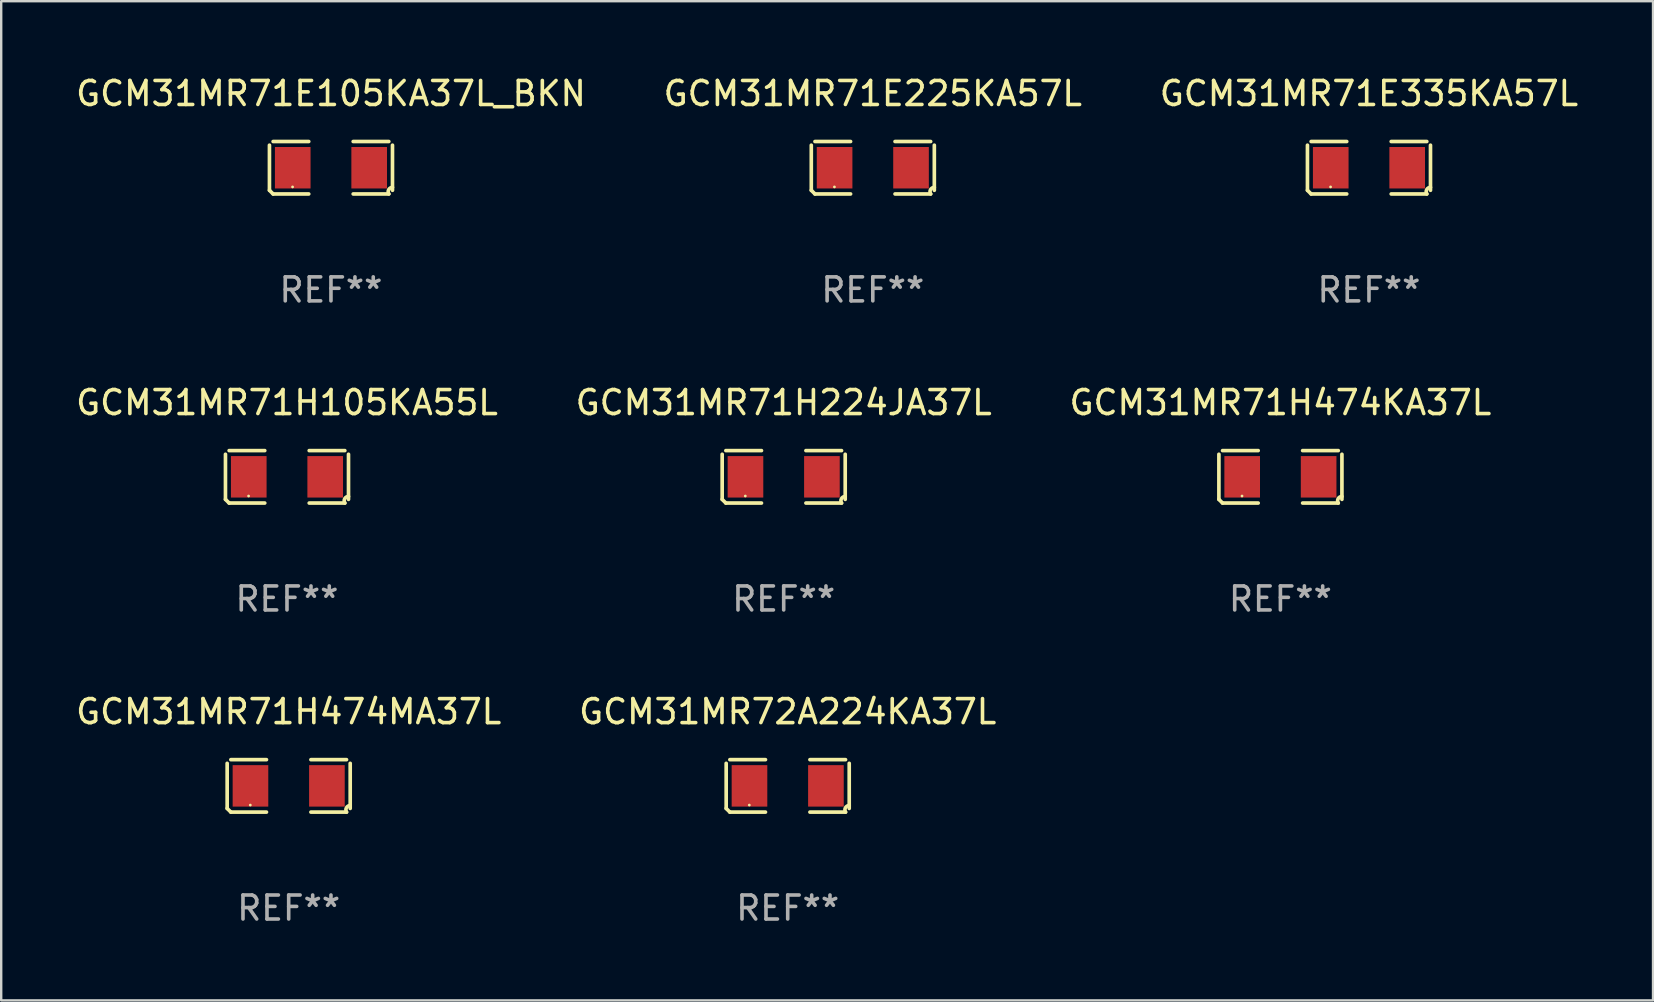
<source format=kicad_pcb>
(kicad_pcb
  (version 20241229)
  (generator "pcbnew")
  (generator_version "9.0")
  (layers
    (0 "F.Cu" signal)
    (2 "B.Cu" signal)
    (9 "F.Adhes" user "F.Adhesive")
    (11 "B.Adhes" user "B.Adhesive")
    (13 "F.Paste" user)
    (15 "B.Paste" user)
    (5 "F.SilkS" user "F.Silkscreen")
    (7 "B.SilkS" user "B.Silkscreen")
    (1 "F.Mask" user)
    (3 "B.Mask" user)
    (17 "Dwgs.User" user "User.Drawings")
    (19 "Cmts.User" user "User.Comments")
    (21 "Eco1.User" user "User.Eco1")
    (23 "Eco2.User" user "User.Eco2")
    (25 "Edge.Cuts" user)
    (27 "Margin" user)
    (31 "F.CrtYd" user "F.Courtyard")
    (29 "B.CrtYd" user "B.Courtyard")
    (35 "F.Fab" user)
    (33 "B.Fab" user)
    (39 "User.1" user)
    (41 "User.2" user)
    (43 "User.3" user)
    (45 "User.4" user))
  (footprint "GCM31MR71H474MA37L"
    (layer "F.Cu")
    (at 8.982 29.704)
    (property "Reference" "GCM31MR71H474MA37L" (at 0 -3.093 0) (layer "F.SilkS") (effects (font (size 1 1) (thickness 0.15))))
    (attr through_hole)
    (fp_line (start -2.564 0.94) (end -2.564 -0.94) (stroke (width 0.152) (type solid)) (layer "F.SilkS"))
    (fp_line (start -2.411 -1.093) (end -0.926 -1.093) (stroke (width 0.152) (type solid)) (layer "F.SilkS"))
    (fp_line (start -0.926 1.093) (end -2.411 1.093) (stroke (width 0.152) (type solid)) (layer "F.SilkS"))
    (fp_line (start 0.926 1.093) (end 2.411 1.093) (stroke (width 0.152) (type solid)) (layer "F.SilkS"))
    (fp_line (start 2.411 -1.093) (end 0.926 -1.093) (stroke (width 0.152) (type solid)) (layer "F.SilkS"))
    (fp_line (start 2.564 0.94) (end 2.564 -0.94) (stroke (width 0.152) (type solid)) (layer "F.SilkS"))
    (fp_arc (start -2.411201 1.092609) (mid -2.487413 1.01642) (end -2.563602 0.940208) (stroke (width 0.1524) (type solid)) (layer "F.SilkS"))
    (fp_arc (start 2.411201 1.092609) (mid 2.407159 0.911226) (end 2.563602 0.819347) (stroke (width 0.1524) (type solid)) (layer "F.SilkS"))
    (fp_circle (center -1.6 0.8) (end -1.57 0.8) (stroke (width 0.06) (type solid)) (fill no) (layer "F.SilkS"))
    (fp_text user "REF**" (at 0 5.093 0) (layer "F.Fab") (effects (font (size 1 1) (thickness 0.15))))
    (pad "1" smd rect (at -1.593 0) (size 1.485 1.728) (layers "F.Cu" "F.Mask" "F.Paste"))
    (pad "2" smd rect (at 1.593 0) (size 1.485 1.728) (layers "F.Cu" "F.Mask" "F.Paste")))
  (footprint "GCM31MR71H105KA55L"
    (layer "F.Cu")
    (at 8.911 16.823)
    (property "Reference" "GCM31MR71H105KA55L" (at 0 -3.093 0) (layer "F.SilkS") (effects (font (size 1 1) (thickness 0.15))))
    (attr through_hole)
    (fp_line (start -2.564 0.94) (end -2.564 -0.94) (stroke (width 0.152) (type solid)) (layer "F.SilkS"))
    (fp_line (start -2.411 -1.093) (end -0.926 -1.093) (stroke (width 0.152) (type solid)) (layer "F.SilkS"))
    (fp_line (start -0.926 1.093) (end -2.411 1.093) (stroke (width 0.152) (type solid)) (layer "F.SilkS"))
    (fp_line (start 0.926 1.093) (end 2.411 1.093) (stroke (width 0.152) (type solid)) (layer "F.SilkS"))
    (fp_line (start 2.411 -1.093) (end 0.926 -1.093) (stroke (width 0.152) (type solid)) (layer "F.SilkS"))
    (fp_line (start 2.564 0.94) (end 2.564 -0.94) (stroke (width 0.152) (type solid)) (layer "F.SilkS"))
    (fp_arc (start -2.411201 1.092609) (mid -2.487413 1.01642) (end -2.563602 0.940208) (stroke (width 0.1524) (type solid)) (layer "F.SilkS"))
    (fp_arc (start 2.411201 1.092609) (mid 2.407159 0.911226) (end 2.563602 0.819347) (stroke (width 0.1524) (type solid)) (layer "F.SilkS"))
    (fp_circle (center -1.6 0.8) (end -1.57 0.8) (stroke (width 0.06) (type solid)) (fill no) (layer "F.SilkS"))
    (fp_text user "REF**" (at 0 5.093 0) (layer "F.Fab") (effects (font (size 1 1) (thickness 0.15))))
    (pad "1" smd rect (at -1.593 0) (size 1.485 1.728) (layers "F.Cu" "F.Mask" "F.Paste"))
    (pad "2" smd rect (at 1.593 0) (size 1.485 1.728) (layers "F.Cu" "F.Mask" "F.Paste")))
  (footprint "GCM31MR71E105KA37L_BKN"
    (layer "F.Cu")
    (at 10.744 3.941)
    (property "Reference" "GCM31MR71E105KA37L_BKN" (at 0 -3.093 0) (layer "F.SilkS") (effects (font (size 1 1) (thickness 0.15))))
    (attr through_hole)
    (fp_line (start -2.564 0.94) (end -2.564 -0.94) (stroke (width 0.152) (type solid)) (layer "F.SilkS"))
    (fp_line (start -2.411 -1.093) (end -0.926 -1.093) (stroke (width 0.152) (type solid)) (layer "F.SilkS"))
    (fp_line (start -0.926 1.093) (end -2.411 1.093) (stroke (width 0.152) (type solid)) (layer "F.SilkS"))
    (fp_line (start 0.926 1.093) (end 2.411 1.093) (stroke (width 0.152) (type solid)) (layer "F.SilkS"))
    (fp_line (start 2.411 -1.093) (end 0.926 -1.093) (stroke (width 0.152) (type solid)) (layer "F.SilkS"))
    (fp_line (start 2.564 0.94) (end 2.564 -0.94) (stroke (width 0.152) (type solid)) (layer "F.SilkS"))
    (fp_arc (start -2.411201 1.092609) (mid -2.487413 1.01642) (end -2.563602 0.940208) (stroke (width 0.1524) (type solid)) (layer "F.SilkS"))
    (fp_arc (start 2.411201 1.092609) (mid 2.407159 0.911226) (end 2.563602 0.819347) (stroke (width 0.1524) (type solid)) (layer "F.SilkS"))
    (fp_circle (center -1.6 0.8) (end -1.57 0.8) (stroke (width 0.06) (type solid)) (fill no) (layer "F.SilkS"))
    (fp_text user "REF**" (at 0 5.093 0) (layer "F.Fab") (effects (font (size 1 1) (thickness 0.15))))
    (pad "1" smd rect (at -1.593 0) (size 1.485 1.728) (layers "F.Cu" "F.Mask" "F.Paste"))
    (pad "2" smd rect (at 1.593 0) (size 1.485 1.728) (layers "F.Cu" "F.Mask" "F.Paste")))
  (footprint "GCM31MR72A224KA37L"
    (layer "F.Cu")
    (at 29.78 29.704)
    (property "Reference" "GCM31MR72A224KA37L" (at 0 -3.093 0) (layer "F.SilkS") (effects (font (size 1 1) (thickness 0.15))))
    (attr through_hole)
    (fp_line (start -2.564 0.94) (end -2.564 -0.94) (stroke (width 0.152) (type solid)) (layer "F.SilkS"))
    (fp_line (start -2.411 -1.093) (end -0.926 -1.093) (stroke (width 0.152) (type solid)) (layer "F.SilkS"))
    (fp_line (start -0.926 1.093) (end -2.411 1.093) (stroke (width 0.152) (type solid)) (layer "F.SilkS"))
    (fp_line (start 0.926 1.093) (end 2.411 1.093) (stroke (width 0.152) (type solid)) (layer "F.SilkS"))
    (fp_line (start 2.411 -1.093) (end 0.926 -1.093) (stroke (width 0.152) (type solid)) (layer "F.SilkS"))
    (fp_line (start 2.564 0.94) (end 2.564 -0.94) (stroke (width 0.152) (type solid)) (layer "F.SilkS"))
    (fp_arc (start -2.411201 1.092609) (mid -2.487413 1.01642) (end -2.563602 0.940208) (stroke (width 0.1524) (type solid)) (layer "F.SilkS"))
    (fp_arc (start 2.411201 1.092609) (mid 2.407159 0.911226) (end 2.563602 0.819347) (stroke (width 0.1524) (type solid)) (layer "F.SilkS"))
    (fp_circle (center -1.6 0.8) (end -1.57 0.8) (stroke (width 0.06) (type solid)) (fill no) (layer "F.SilkS"))
    (fp_text user "REF**" (at 0 5.093 0) (layer "F.Fab") (effects (font (size 1 1) (thickness 0.15))))
    (pad "1" smd rect (at -1.593 0) (size 1.485 1.728) (layers "F.Cu" "F.Mask" "F.Paste"))
    (pad "2" smd rect (at 1.593 0) (size 1.485 1.728) (layers "F.Cu" "F.Mask" "F.Paste")))
  (footprint "GCM31MR71H224JA37L"
    (layer "F.Cu")
    (at 29.613 16.823)
    (property "Reference" "GCM31MR71H224JA37L" (at 0 -3.093 0) (layer "F.SilkS") (effects (font (size 1 1) (thickness 0.15))))
    (attr through_hole)
    (fp_line (start -2.564 0.94) (end -2.564 -0.94) (stroke (width 0.152) (type solid)) (layer "F.SilkS"))
    (fp_line (start -2.411 -1.093) (end -0.926 -1.093) (stroke (width 0.152) (type solid)) (layer "F.SilkS"))
    (fp_line (start -0.926 1.093) (end -2.411 1.093) (stroke (width 0.152) (type solid)) (layer "F.SilkS"))
    (fp_line (start 0.926 1.093) (end 2.411 1.093) (stroke (width 0.152) (type solid)) (layer "F.SilkS"))
    (fp_line (start 2.411 -1.093) (end 0.926 -1.093) (stroke (width 0.152) (type solid)) (layer "F.SilkS"))
    (fp_line (start 2.564 0.94) (end 2.564 -0.94) (stroke (width 0.152) (type solid)) (layer "F.SilkS"))
    (fp_arc (start -2.411201 1.092609) (mid -2.487413 1.01642) (end -2.563602 0.940208) (stroke (width 0.1524) (type solid)) (layer "F.SilkS"))
    (fp_arc (start 2.411201 1.092609) (mid 2.407159 0.911226) (end 2.563602 0.819347) (stroke (width 0.1524) (type solid)) (layer "F.SilkS"))
    (fp_circle (center -1.6 0.8) (end -1.57 0.8) (stroke (width 0.06) (type solid)) (fill no) (layer "F.SilkS"))
    (fp_text user "REF**" (at 0 5.093 0) (layer "F.Fab") (effects (font (size 1 1) (thickness 0.15))))
    (pad "1" smd rect (at -1.593 0) (size 1.485 1.728) (layers "F.Cu" "F.Mask" "F.Paste"))
    (pad "2" smd rect (at 1.593 0) (size 1.485 1.728) (layers "F.Cu" "F.Mask" "F.Paste")))
  (footprint "GCM31MR71E225KA57L"
    (layer "F.Cu")
    (at 33.327 3.941)
    (property "Reference" "GCM31MR71E225KA57L" (at 0 -3.093 0) (layer "F.SilkS") (effects (font (size 1 1) (thickness 0.15))))
    (attr through_hole)
    (fp_line (start -2.564 0.94) (end -2.564 -0.94) (stroke (width 0.152) (type solid)) (layer "F.SilkS"))
    (fp_line (start -2.411 -1.093) (end -0.926 -1.093) (stroke (width 0.152) (type solid)) (layer "F.SilkS"))
    (fp_line (start -0.926 1.093) (end -2.411 1.093) (stroke (width 0.152) (type solid)) (layer "F.SilkS"))
    (fp_line (start 0.926 1.093) (end 2.411 1.093) (stroke (width 0.152) (type solid)) (layer "F.SilkS"))
    (fp_line (start 2.411 -1.093) (end 0.926 -1.093) (stroke (width 0.152) (type solid)) (layer "F.SilkS"))
    (fp_line (start 2.564 0.94) (end 2.564 -0.94) (stroke (width 0.152) (type solid)) (layer "F.SilkS"))
    (fp_arc (start -2.411201 1.092609) (mid -2.487413 1.01642) (end -2.563602 0.940208) (stroke (width 0.1524) (type solid)) (layer "F.SilkS"))
    (fp_arc (start 2.411201 1.092609) (mid 2.407159 0.911226) (end 2.563602 0.819347) (stroke (width 0.1524) (type solid)) (layer "F.SilkS"))
    (fp_circle (center -1.6 0.8) (end -1.57 0.8) (stroke (width 0.06) (type solid)) (fill no) (layer "F.SilkS"))
    (fp_text user "REF**" (at 0 5.093 0) (layer "F.Fab") (effects (font (size 1 1) (thickness 0.15))))
    (pad "1" smd rect (at -1.593 0) (size 1.485 1.728) (layers "F.Cu" "F.Mask" "F.Paste"))
    (pad "2" smd rect (at 1.593 0) (size 1.485 1.728) (layers "F.Cu" "F.Mask" "F.Paste")))
  (footprint "GCM31MR71E335KA57L"
    (layer "F.Cu")
    (at 54.006 3.941)
    (property "Reference" "GCM31MR71E335KA57L" (at 0 -3.093 0) (layer "F.SilkS") (effects (font (size 1 1) (thickness 0.15))))
    (attr through_hole)
    (fp_line (start -2.564 0.94) (end -2.564 -0.94) (stroke (width 0.152) (type solid)) (layer "F.SilkS"))
    (fp_line (start -2.411 -1.093) (end -0.926 -1.093) (stroke (width 0.152) (type solid)) (layer "F.SilkS"))
    (fp_line (start -0.926 1.093) (end -2.411 1.093) (stroke (width 0.152) (type solid)) (layer "F.SilkS"))
    (fp_line (start 0.926 1.093) (end 2.411 1.093) (stroke (width 0.152) (type solid)) (layer "F.SilkS"))
    (fp_line (start 2.411 -1.093) (end 0.926 -1.093) (stroke (width 0.152) (type solid)) (layer "F.SilkS"))
    (fp_line (start 2.564 0.94) (end 2.564 -0.94) (stroke (width 0.152) (type solid)) (layer "F.SilkS"))
    (fp_arc (start -2.411201 1.092609) (mid -2.487413 1.01642) (end -2.563602 0.940208) (stroke (width 0.1524) (type solid)) (layer "F.SilkS"))
    (fp_arc (start 2.411201 1.092609) (mid 2.407159 0.911226) (end 2.563602 0.819347) (stroke (width 0.1524) (type solid)) (layer "F.SilkS"))
    (fp_circle (center -1.6 0.8) (end -1.57 0.8) (stroke (width 0.06) (type solid)) (fill no) (layer "F.SilkS"))
    (fp_text user "REF**" (at 0 5.093 0) (layer "F.Fab") (effects (font (size 1 1) (thickness 0.15))))
    (pad "1" smd rect (at -1.593 0) (size 1.485 1.728) (layers "F.Cu" "F.Mask" "F.Paste"))
    (pad "2" smd rect (at 1.593 0) (size 1.485 1.728) (layers "F.Cu" "F.Mask" "F.Paste")))
  (footprint "GCM31MR71H474KA37L"
    (layer "F.Cu")
    (at 50.315 16.823)
    (property "Reference" "GCM31MR71H474KA37L" (at 0 -3.093 0) (layer "F.SilkS") (effects (font (size 1 1) (thickness 0.15))))
    (attr through_hole)
    (fp_line (start -2.564 0.94) (end -2.564 -0.94) (stroke (width 0.152) (type solid)) (layer "F.SilkS"))
    (fp_line (start -2.411 -1.093) (end -0.926 -1.093) (stroke (width 0.152) (type solid)) (layer "F.SilkS"))
    (fp_line (start -0.926 1.093) (end -2.411 1.093) (stroke (width 0.152) (type solid)) (layer "F.SilkS"))
    (fp_line (start 0.926 1.093) (end 2.411 1.093) (stroke (width 0.152) (type solid)) (layer "F.SilkS"))
    (fp_line (start 2.411 -1.093) (end 0.926 -1.093) (stroke (width 0.152) (type solid)) (layer "F.SilkS"))
    (fp_line (start 2.564 0.94) (end 2.564 -0.94) (stroke (width 0.152) (type solid)) (layer "F.SilkS"))
    (fp_arc (start -2.411201 1.092609) (mid -2.487413 1.01642) (end -2.563602 0.940208) (stroke (width 0.1524) (type solid)) (layer "F.SilkS"))
    (fp_arc (start 2.411201 1.092609) (mid 2.407159 0.911226) (end 2.563602 0.819347) (stroke (width 0.1524) (type solid)) (layer "F.SilkS"))
    (fp_circle (center -1.6 0.8) (end -1.57 0.8) (stroke (width 0.06) (type solid)) (fill no) (layer "F.SilkS"))
    (fp_text user "REF**" (at 0 5.093 0) (layer "F.Fab") (effects (font (size 1 1) (thickness 0.15))))
    (pad "1" smd rect (at -1.593 0) (size 1.485 1.728) (layers "F.Cu" "F.Mask" "F.Paste"))
    (pad "2" smd rect (at 1.593 0) (size 1.485 1.728) (layers "F.Cu" "F.Mask" "F.Paste")))
  (gr_rect
    (start -3 -3)
    (end 65.845 38.645)
    (stroke (width 0.1) (type default))
    (fill no)
    (layer "Edge.Cuts")))
</source>
